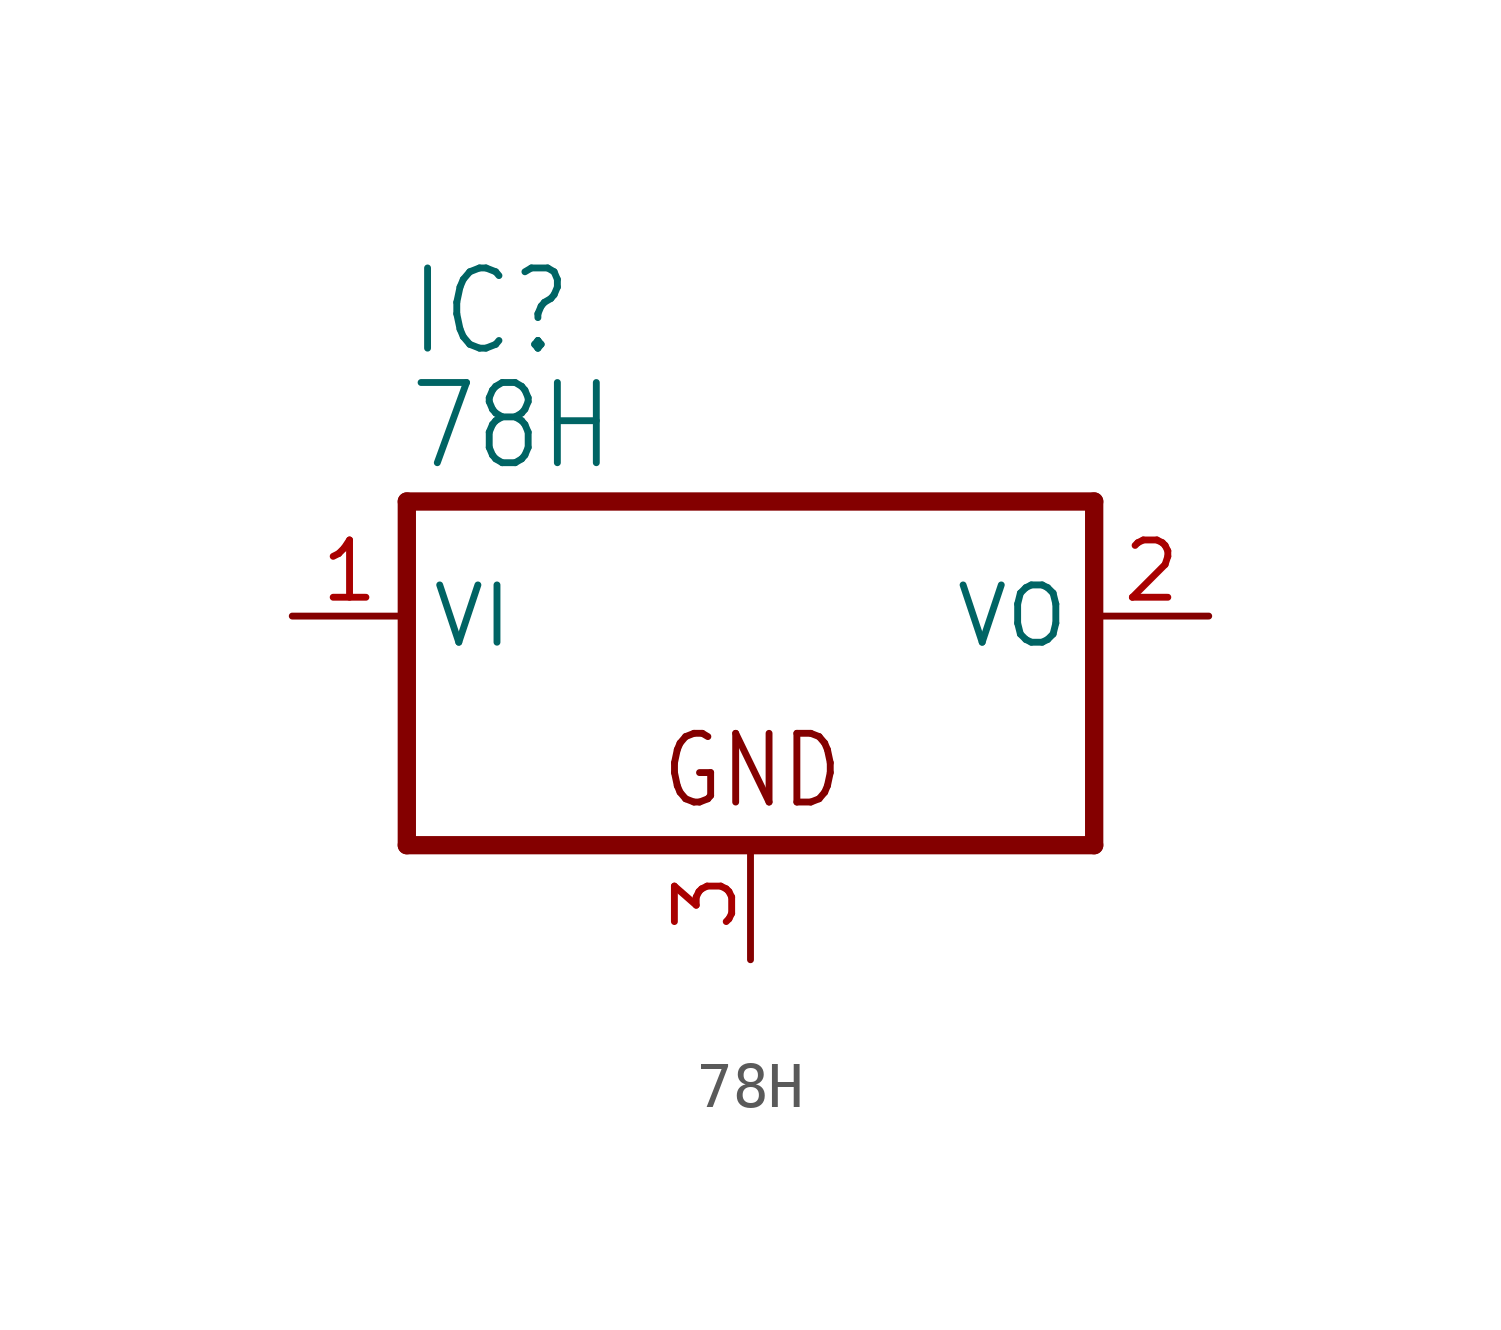
<source format=kicad_sym>
(kicad_symbol_lib
  (version 20211014)
  (generator kicad_symbol_editor)
  (symbol "78H"
    (property "Reference" "IC"
      (at -7.62 5.715 0)
      (effects (font (size 1.778 1.511)) (justify left bottom)))
    (property "Value" "78H"
      (at -7.62 3.175 0)
      (effects (font (size 1.778 1.511)) (justify left bottom)))
    (property "ki_locked" ""
      (at 0 0 0)
      (effects (font (size 1.27 1.27))))
    (symbol "78H_1_0"
      (polyline (pts (xy -7.62 -5.08) (xy 7.62 -5.08)) (stroke (width 0.406) (type default) (color 0 0 0 0)) (fill (type none)))
      (polyline (pts (xy -7.62 2.54) (xy -7.62 -5.08)) (stroke (width 0.406) (type default) (color 0 0 0 0)) (fill (type none)))
      (polyline (pts (xy 7.62 -5.08) (xy 7.62 2.54)) (stroke (width 0.406) (type default) (color 0 0 0 0)) (fill (type none)))
      (polyline (pts (xy 7.62 2.54) (xy -7.62 2.54)) (stroke (width 0.406) (type default) (color 0 0 0 0)) (fill (type none)))
      (text "GND" (at -2.032 -4.318 0) (effects (font (size 1.524 1.295)) (justify left bottom)))
      (pin input line (at -10.16 0 0) (length 2.54) (name "VI" (effects (font (size 1.27 1.27)))) (number "1" (effects (font (size 1.27 1.27)))))
      (pin passive line (at 10.16 0 180) (length 2.54) (name "VO" (effects (font (size 1.27 1.27)))) (number "2" (effects (font (size 1.27 1.27)))))
      (pin passive line (at 0 -7.62 90) (length 2.54) (name "GND" (effects (font (size 0 0)))) (number "3" (effects (font (size 1.27 1.27))))))))
</source>
